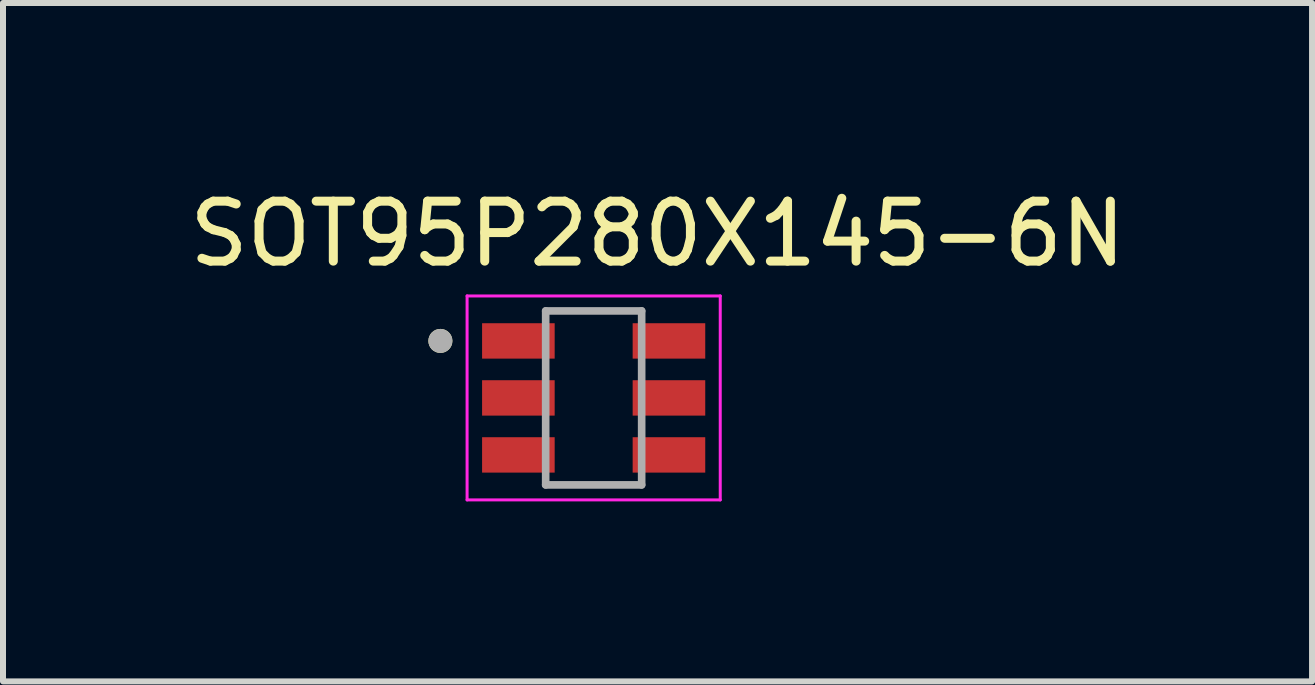
<source format=kicad_pcb>
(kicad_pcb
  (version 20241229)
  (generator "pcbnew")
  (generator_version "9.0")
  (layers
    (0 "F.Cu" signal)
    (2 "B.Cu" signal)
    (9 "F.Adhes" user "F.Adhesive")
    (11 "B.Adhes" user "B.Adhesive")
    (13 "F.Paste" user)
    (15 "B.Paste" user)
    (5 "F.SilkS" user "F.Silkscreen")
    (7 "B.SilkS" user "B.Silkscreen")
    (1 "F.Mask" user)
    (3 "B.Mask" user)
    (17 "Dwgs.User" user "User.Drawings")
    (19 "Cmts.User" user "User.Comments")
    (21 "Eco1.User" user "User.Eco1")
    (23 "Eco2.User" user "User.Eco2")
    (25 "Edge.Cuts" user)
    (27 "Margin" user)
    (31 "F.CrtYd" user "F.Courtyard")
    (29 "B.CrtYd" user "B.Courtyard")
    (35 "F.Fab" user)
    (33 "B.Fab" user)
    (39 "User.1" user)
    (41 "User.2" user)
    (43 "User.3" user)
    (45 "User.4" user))
  (footprint "SOT95P280X145-6N"
    (layer "F.Cu")
    (at 6.846 3.583)
    (property "Reference" "SOT95P280X145-6N" (at 1.065 -2.735 0) (layer "F.SilkS") (effects (font (size 1 1) (thickness 0.15))))
    (attr smd)
    (fp_circle (center -2.555 -0.95) (end -2.455 -0.95) (stroke (width 0.2) (type solid)) (fill no) (layer "F.SilkS"))
    (fp_line (start -2.11 -1.7) (end -2.11 1.7) (stroke (width 0.05) (type solid)) (layer "F.CrtYd"))
    (fp_line (start -2.11 1.7) (end 2.11 1.7) (stroke (width 0.05) (type solid)) (layer "F.CrtYd"))
    (fp_line (start 2.11 -1.7) (end -2.11 -1.7) (stroke (width 0.05) (type solid)) (layer "F.CrtYd"))
    (fp_line (start 2.11 1.7) (end 2.11 -1.7) (stroke (width 0.05) (type solid)) (layer "F.CrtYd"))
    (fp_line (start -0.8 -1.45) (end 0.8 -1.45) (stroke (width 0.127) (type solid)) (layer "F.Fab"))
    (fp_line (start -0.8 1.45) (end -0.8 -1.45) (stroke (width 0.127) (type solid)) (layer "F.Fab"))
    (fp_line (start 0.8 -1.45) (end 0.8 1.45) (stroke (width 0.127) (type solid)) (layer "F.Fab"))
    (fp_line (start 0.8 1.45) (end -0.8 1.45) (stroke (width 0.127) (type solid)) (layer "F.Fab"))
    (fp_circle (center -2.555 -0.95) (end -2.455 -0.95) (stroke (width 0.2) (type solid)) (fill no) (layer "F.Fab"))
    (pad "1" smd rect (at -1.255 -0.95) (size 1.21 0.59) (layers "F.Cu" "F.Mask" "F.Paste"))
    (pad "2" smd rect (at -1.255 0) (size 1.21 0.59) (layers "F.Cu" "F.Mask" "F.Paste"))
    (pad "3" smd rect (at -1.255 0.95) (size 1.21 0.59) (layers "F.Cu" "F.Mask" "F.Paste"))
    (pad "4" smd rect (at 1.255 0.95) (size 1.21 0.59) (layers "F.Cu" "F.Mask" "F.Paste"))
    (pad "5" smd rect (at 1.255 0) (size 1.21 0.59) (layers "F.Cu" "F.Mask" "F.Paste"))
    (pad "6" smd rect (at 1.255 -0.95) (size 1.21 0.59) (layers "F.Cu" "F.Mask" "F.Paste")))
  (gr_rect
    (start -3 -3)
    (end 18.821 8.308)
    (stroke (width 0.1) (type default))
    (fill no)
    (layer "Edge.Cuts")))
</source>
